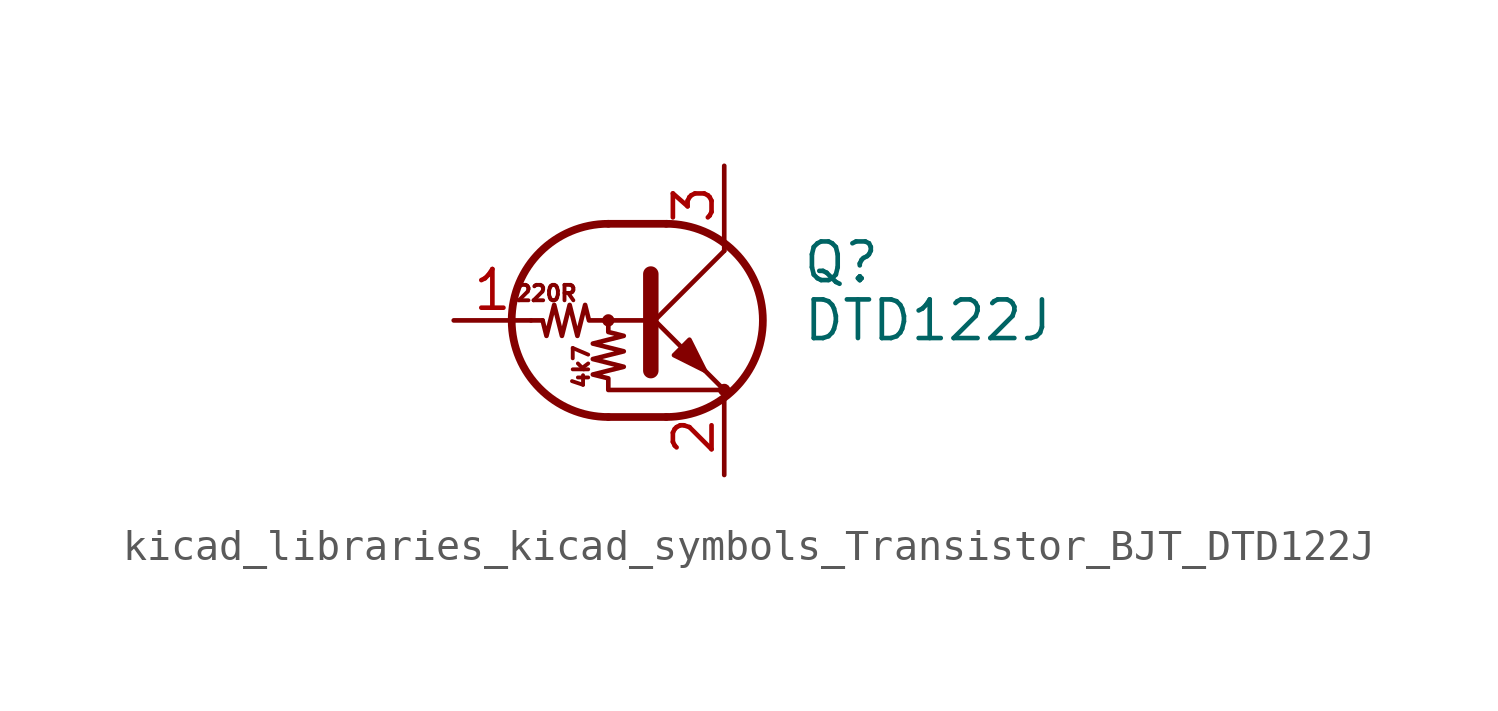
<source format=kicad_sym>
(kicad_symbol_lib
  (version 20220914)
  (generator kicad_symbol_editor)
  (symbol "kicad_libraries_kicad_symbols_Transistor_BJT_DTD122J"
    (pin_names
      (offset 0) hide)
    (property "Reference" "Q"
      (at 5.08 1.905 0)
      (effects (font (size 1.27 1.27)) (justify left)))
    (property "Value" "DTD122J"
      (at 5.08 0 0)
      (effects (font (size 1.27 1.27)) (justify left)))
    (symbol "kicad_libraries_kicad_symbols_Transistor_BJT_DTD122J_0_0"
      (text "220R" (at -3.302 0.889 0) (effects (font (size 0.508 0.508))))
      (text "4k7" (at -2.159 -1.524 900) (effects (font (size 0.508 0.508)))))
    (symbol "kicad_libraries_kicad_symbols_Transistor_BJT_DTD122J_0_1"
      (circle (center -1.27 0) (radius 0.127) (stroke (width 0) (type default)) (fill (type none)))
      (arc (start -1.27 3.175) (mid -4.4312 0) (end -1.27 -3.175) (stroke (width 0.254) (type default)) (fill (type none)))
      (polyline (pts (xy -3.429 0) (xy -3.81 0)) (stroke (width 0) (type default)) (fill (type none)))
      (polyline (pts (xy -1.27 -3.175) (xy 0.635 -3.175)) (stroke (width 0.254) (type default)) (fill (type none)))
      (polyline (pts (xy -1.27 3.175) (xy 0.635 3.175)) (stroke (width 0.254) (type default)) (fill (type none)))
      (polyline (pts (xy 0 -0.254) (xy 2.54 2.286)) (stroke (width 0) (type default)) (fill (type none)))
      (polyline (pts (xy 0.127 1.524) (xy 0.127 -1.651)) (stroke (width 0.508) (type default)) (fill (type outline)))
      (polyline (pts (xy 2.54 2.286) (xy 2.54 2.54)) (stroke (width 0) (type default)) (fill (type none)))
      (polyline (pts (xy 2.54 -2.286) (xy 0 0.254) (xy 0 0.254)) (stroke (width 0) (type default)) (fill (type none)))
      (polyline (pts (xy 0.889 -1.143) (xy 1.397 -0.635) (xy 1.905 -1.651) (xy 0.889 -1.143)) (stroke (width 0) (type default)) (fill (type outline)))
      (polyline (pts (xy 0 0) (xy -1.905 0) (xy -2.032 0.508) (xy -2.286 -0.508) (xy -2.54 0.508) (xy -2.794 -0.508) (xy -3.048 0.508) (xy -3.302 -0.508) (xy -3.429 0)) (stroke (width 0) (type default)) (fill (type none)))
      (polyline (pts (xy -1.27 0) (xy -1.27 -0.381) (xy -0.762 -0.508) (xy -1.778 -0.762) (xy -0.762 -1.016) (xy -1.778 -1.27) (xy -0.762 -1.524) (xy -1.778 -1.778) (xy -1.27 -1.905) (xy -1.27 -2.286) (xy 2.54 -2.286)) (stroke (width 0) (type default)) (fill (type none)))
      (arc (start 0.635 -3.175) (mid 3.7962 0) (end 0.635 3.175) (stroke (width 0.254) (type default)) (fill (type none)))
      (circle (center 2.54 -2.286) (radius 0.127) (stroke (width 0) (type default)) (fill (type none))))
    (symbol "kicad_libraries_kicad_symbols_Transistor_BJT_DTD122J_1_1"
      (pin input line (at -6.35 0 0) (length 2.54) (name "B" (effects (font (size 1.27 1.27)))) (number "1" (effects (font (size 1.27 1.27)))))
      (pin passive line (at 2.54 -5.08 90) (length 2.54) (name "E" (effects (font (size 1.27 1.27)))) (number "2" (effects (font (size 1.27 1.27)))))
      (pin passive line (at 2.54 5.08 270) (length 2.54) (name "C" (effects (font (size 1.27 1.27)))) (number "3" (effects (font (size 1.27 1.27))))))))
</source>
